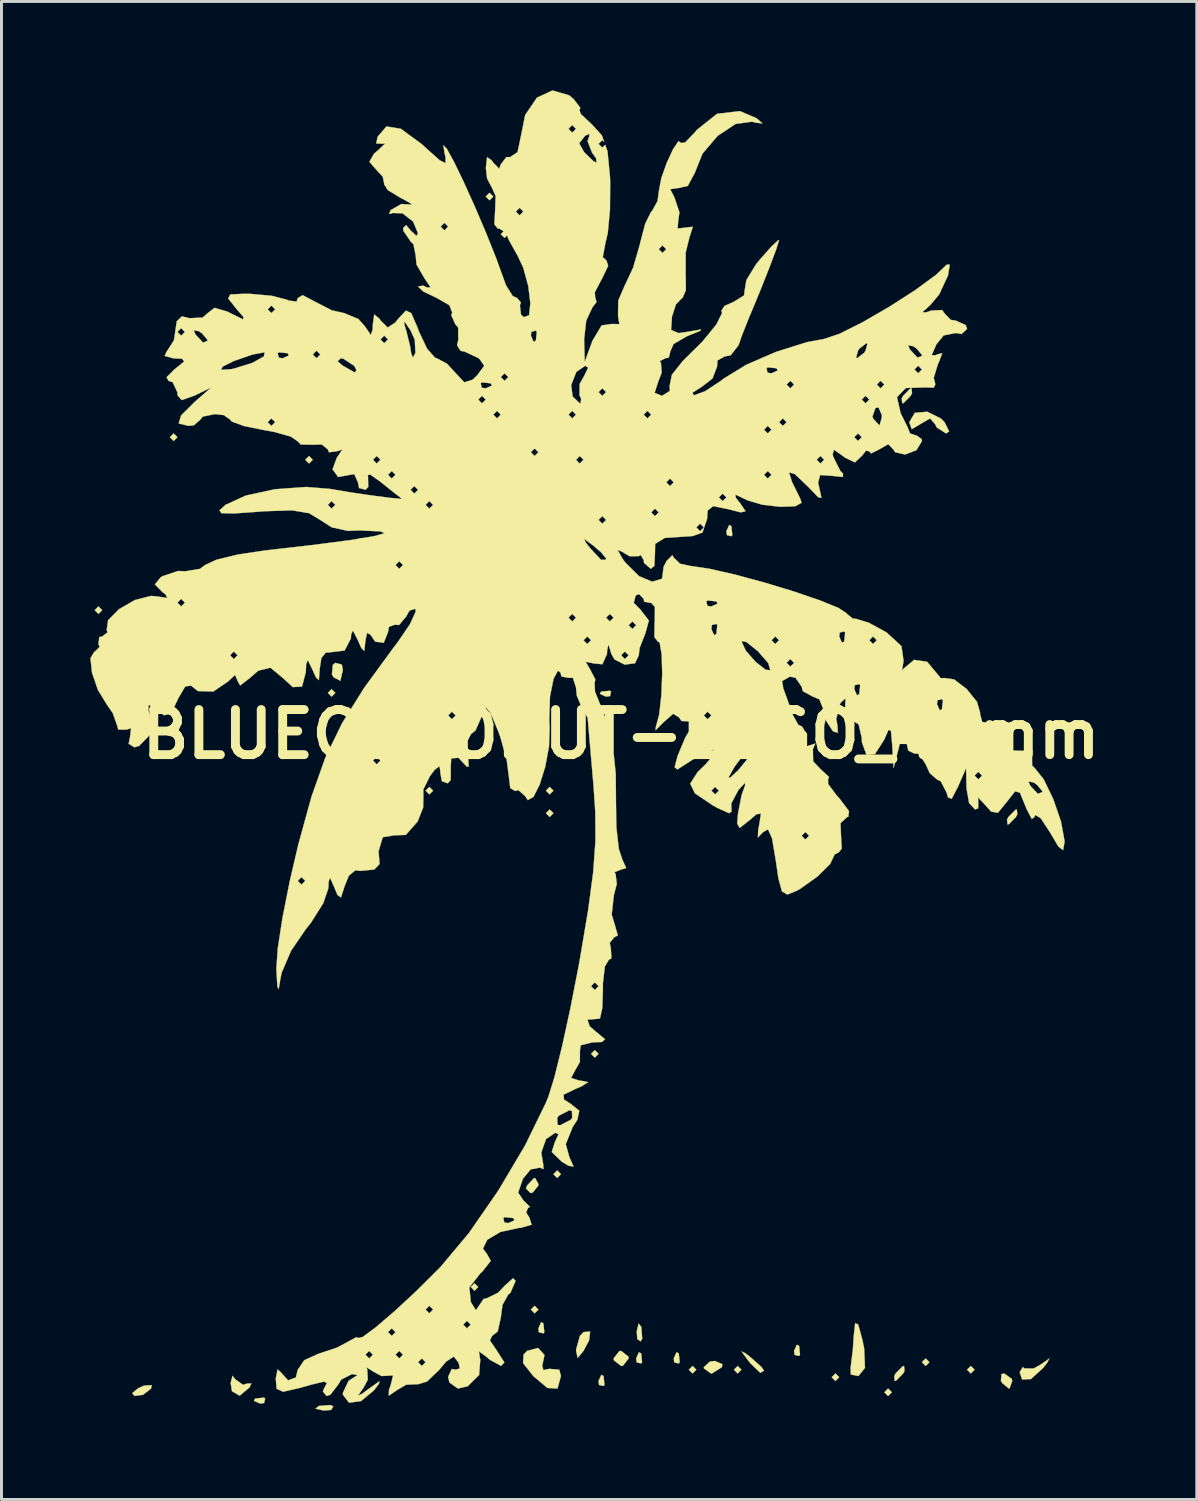
<source format=kicad_pcb>
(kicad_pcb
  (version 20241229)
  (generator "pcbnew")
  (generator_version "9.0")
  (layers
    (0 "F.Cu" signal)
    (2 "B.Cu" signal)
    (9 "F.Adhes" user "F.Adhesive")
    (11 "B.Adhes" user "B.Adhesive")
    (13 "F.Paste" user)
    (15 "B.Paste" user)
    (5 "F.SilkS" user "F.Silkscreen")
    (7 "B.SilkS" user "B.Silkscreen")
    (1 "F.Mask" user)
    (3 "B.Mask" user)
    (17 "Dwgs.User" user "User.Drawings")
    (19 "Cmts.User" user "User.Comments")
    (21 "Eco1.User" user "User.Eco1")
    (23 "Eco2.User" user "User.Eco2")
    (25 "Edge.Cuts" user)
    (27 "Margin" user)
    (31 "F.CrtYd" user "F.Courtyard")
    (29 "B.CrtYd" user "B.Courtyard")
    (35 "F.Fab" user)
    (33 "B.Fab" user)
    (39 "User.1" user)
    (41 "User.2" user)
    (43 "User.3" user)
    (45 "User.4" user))
  (footprint "BLUECOCONUT-LOGO_45mm"
    (layer "F.Cu")
    (at 17.928 21.749)
    (property "Reference" "BLUECOCONUT-LOGO_45mm" (at 0 0 0) (layer "F.SilkS") (effects (font (size 1.524 1.524) (thickness 0.3))))
    (attr through_hole)
    (fp_poly (pts (xy -17.526 -4.191) (xy -17.653 -4.064) (xy -17.78 -4.191) (xy -17.653 -4.318) (xy -17.526 -4.191)) (stroke (width 0.01) (type solid)) (fill yes) (layer "F.SilkS"))
    (fp_poly (pts (xy -14.986 -10.033) (xy -15.113 -9.906) (xy -15.24 -10.033) (xy -15.113 -10.16) (xy -14.986 -10.033)) (stroke (width 0.01) (type solid)) (fill yes) (layer "F.SilkS"))
    (fp_poly (pts (xy -10.414 -9.271) (xy -10.541 -9.144) (xy -10.668 -9.271) (xy -10.541 -9.398) (xy -10.414 -9.271)) (stroke (width 0.01) (type solid)) (fill yes) (layer "F.SilkS"))
    (fp_poly (pts (xy -9.652 -1.397) (xy -9.779 -1.27) (xy -9.906 -1.397) (xy -9.779 -1.524) (xy -9.652 -1.397)) (stroke (width 0.01) (type solid)) (fill yes) (layer "F.SilkS"))
    (fp_poly (pts (xy -6.35 1.905) (xy -6.477 2.032) (xy -6.604 1.905) (xy -6.477 1.778) (xy -6.35 1.905)) (stroke (width 0.01) (type solid)) (fill yes) (layer "F.SilkS"))
    (fp_poly (pts (xy -4.826 18.669) (xy -4.953 18.796) (xy -5.08 18.669) (xy -4.953 18.542) (xy -4.826 18.669)) (stroke (width 0.01) (type solid)) (fill yes) (layer "F.SilkS"))
    (fp_poly (pts (xy -4.318 -18.161) (xy -4.445 -18.034) (xy -4.572 -18.161) (xy -4.445 -18.288) (xy -4.318 -18.161)) (stroke (width 0.01) (type solid)) (fill yes) (layer "F.SilkS"))
    (fp_poly (pts (xy -3.81 -16.891) (xy -3.937 -16.764) (xy -4.064 -16.891) (xy -3.937 -17.018) (xy -3.81 -16.891)) (stroke (width 0.01) (type solid)) (fill yes) (layer "F.SilkS"))
    (fp_poly (pts (xy -2.794 19.431) (xy -2.921 19.558) (xy -3.048 19.431) (xy -2.921 19.304) (xy -2.794 19.431)) (stroke (width 0.01) (type solid)) (fill yes) (layer "F.SilkS"))
    (fp_poly (pts (xy -2.286 1.905) (xy -2.413 2.032) (xy -2.54 1.905) (xy -2.413 1.778) (xy -2.286 1.905)) (stroke (width 0.01) (type solid)) (fill yes) (layer "F.SilkS"))
    (fp_poly (pts (xy -2.286 2.667) (xy -2.413 2.794) (xy -2.54 2.667) (xy -2.413 2.54) (xy -2.286 2.667)) (stroke (width 0.01) (type solid)) (fill yes) (layer "F.SilkS"))
    (fp_poly (pts (xy -2.032 14.859) (xy -2.159 14.986) (xy -2.286 14.859) (xy -2.159 14.732) (xy -2.032 14.859)) (stroke (width 0.01) (type solid)) (fill yes) (layer "F.SilkS"))
    (fp_poly (pts (xy -0.762 10.795) (xy -0.889 10.922) (xy -1.016 10.795) (xy -0.889 10.668) (xy -0.762 10.795)) (stroke (width 0.01) (type solid)) (fill yes) (layer "F.SilkS"))
    (fp_poly (pts (xy 2.54 21.463) (xy 2.413 21.59) (xy 2.286 21.463) (xy 2.413 21.336) (xy 2.54 21.463)) (stroke (width 0.01) (type solid)) (fill yes) (layer "F.SilkS"))
    (fp_poly (pts (xy 4.064 21.463) (xy 3.937 21.59) (xy 3.81 21.463) (xy 3.937 21.336) (xy 4.064 21.463)) (stroke (width 0.01) (type solid)) (fill yes) (layer "F.SilkS"))
    (fp_poly (pts (xy 7.366 21.717) (xy 7.239 21.844) (xy 7.112 21.717) (xy 7.239 21.59) (xy 7.366 21.717)) (stroke (width 0.01) (type solid)) (fill yes) (layer "F.SilkS"))
    (fp_poly (pts (xy 9.144 22.225) (xy 9.017 22.352) (xy 8.89 22.225) (xy 9.017 22.098) (xy 9.144 22.225)) (stroke (width 0.01) (type solid)) (fill yes) (layer "F.SilkS"))
    (fp_poly (pts (xy 10.414 21.209) (xy 10.287 21.336) (xy 10.16 21.209) (xy 10.287 21.082) (xy 10.414 21.209)) (stroke (width 0.01) (type solid)) (fill yes) (layer "F.SilkS"))
    (fp_poly (pts (xy 11.938 21.463) (xy 11.811 21.59) (xy 11.684 21.463) (xy 11.811 21.336) (xy 11.938 21.463)) (stroke (width 0.01) (type solid)) (fill yes) (layer "F.SilkS"))
    (fp_poly (pts (xy -12.023 22.437) (xy -12.058 22.588) (xy -12.192 22.606) (xy -12.401 22.513) (xy -12.361 22.437) (xy -12.06 22.406) (xy -12.023 22.437)) (stroke (width 0.01) (type solid)) (fill yes) (layer "F.SilkS"))
    (fp_poly (pts (xy -9.721 22.707) (xy -9.797 22.822) (xy -10.054 22.84) (xy -10.325 22.778) (xy -10.208 22.686) (xy -9.811 22.656) (xy -9.721 22.707)) (stroke (width 0.01) (type solid)) (fill yes) (layer "F.SilkS"))
    (fp_poly (pts (xy -2.625 19.897) (xy -2.594 20.198) (xy -2.625 20.235) (xy -2.776 20.2) (xy -2.794 20.066) (xy -2.701 19.857) (xy -2.625 19.897)) (stroke (width 0.01) (type solid)) (fill yes) (layer "F.SilkS"))
    (fp_poly (pts (xy -0.593 21.675) (xy -0.562 21.976) (xy -0.593 22.013) (xy -0.744 21.978) (xy -0.762 21.844) (xy -0.669 21.635) (xy -0.593 21.675)) (stroke (width 0.01) (type solid)) (fill yes) (layer "F.SilkS"))
    (fp_poly (pts (xy -0.339 -1.439) (xy -0.374 -1.288) (xy -0.508 -1.27) (xy -0.717 -1.363) (xy -0.677 -1.439) (xy -0.376 -1.47) (xy -0.339 -1.439)) (stroke (width 0.01) (type solid)) (fill yes) (layer "F.SilkS"))
    (fp_poly (pts (xy 0.677 20.913) (xy 0.708 21.214) (xy 0.677 21.251) (xy 0.526 21.216) (xy 0.508 21.082) (xy 0.601 20.873) (xy 0.677 20.913)) (stroke (width 0.01) (type solid)) (fill yes) (layer "F.SilkS"))
    (fp_poly (pts (xy 0.682 20.018) (xy 0.712 20.415) (xy 0.661 20.505) (xy 0.546 20.429) (xy 0.528 20.172) (xy 0.59 19.901) (xy 0.682 20.018)) (stroke (width 0.01) (type solid)) (fill yes) (layer "F.SilkS"))
    (fp_poly (pts (xy 1.947 20.913) (xy 1.978 21.214) (xy 1.947 21.251) (xy 1.796 21.216) (xy 1.778 21.082) (xy 1.871 20.873) (xy 1.947 20.913)) (stroke (width 0.01) (type solid)) (fill yes) (layer "F.SilkS"))
    (fp_poly (pts (xy 3.725 -7.027) (xy 3.756 -6.726) (xy 3.725 -6.689) (xy 3.574 -6.724) (xy 3.556 -6.858) (xy 3.649 -7.067) (xy 3.725 -7.027)) (stroke (width 0.01) (type solid)) (fill yes) (layer "F.SilkS"))
    (fp_poly (pts (xy 6.011 20.659) (xy 6.042 20.96) (xy 6.011 20.997) (xy 5.86 20.962) (xy 5.842 20.828) (xy 5.935 20.619) (xy 6.011 20.659)) (stroke (width 0.01) (type solid)) (fill yes) (layer "F.SilkS"))
    (fp_poly (pts (xy -15.877 22.101) (xy -16.148 22.311) (xy -16.44 22.347) (xy -16.51 22.252) (xy -16.311 22.089) (xy -16.116 22.001) (xy -15.854 21.983) (xy -15.877 22.101)) (stroke (width 0.01) (type solid)) (fill yes) (layer "F.SilkS"))
    (fp_poly (pts (xy -9.435 -2.355) (xy -9.398 -2.174) (xy -9.482 -1.807) (xy -9.702 -1.917) (xy -9.768 -2.014) (xy -9.736 -2.341) (xy -9.656 -2.41) (xy -9.435 -2.355)) (stroke (width 0.01) (type solid)) (fill yes) (layer "F.SilkS"))
    (fp_poly (pts (xy -2.797 15.183) (xy -2.794 15.24) (xy -2.989 15.484) (xy -3.063 15.494) (xy -3.215 15.338) (xy -3.175 15.24) (xy -2.947 14.998) (xy -2.906 14.986) (xy -2.797 15.183)) (stroke (width 0.01) (type solid)) (fill yes) (layer "F.SilkS"))
    (fp_poly (pts (xy -1.083 20.475) (xy -1.27 20.828) (xy -1.467 21.066) (xy -1.519 20.837) (xy -1.52 20.779) (xy -1.391 20.32) (xy -1.27 20.193) (xy -1.046 20.173) (xy -1.083 20.475)) (stroke (width 0.01) (type solid)) (fill yes) (layer "F.SilkS"))
    (fp_poly (pts (xy 0.247 21.021) (xy 0.254 21.082) (xy 0.061 21.329) (xy 0 21.336) (xy -0.247 21.143) (xy -0.254 21.082) (xy -0.061 20.835) (xy 0 20.828) (xy 0.247 21.021)) (stroke (width 0.01) (type solid)) (fill yes) (layer "F.SilkS"))
    (fp_poly (pts (xy 3.42 21.277) (xy 3.403 21.378) (xy 3.068 21.588) (xy 3.033 21.59) (xy 2.799 21.42) (xy 2.794 21.378) (xy 3 21.189) (xy 3.164 21.167) (xy 3.42 21.277)) (stroke (width 0.01) (type solid)) (fill yes) (layer "F.SilkS"))
    (fp_poly (pts (xy 4.197 20.908) (xy 4.381 21.05) (xy 4.733 21.363) (xy 4.826 21.494) (xy 4.702 21.57) (xy 4.365 21.244) (xy 4.286 21.145) (xy 4.066 20.845) (xy 4.197 20.908)) (stroke (width 0.01) (type solid)) (fill yes) (layer "F.SilkS"))
    (fp_poly (pts (xy 9.572 21.5) (xy 9.525 21.59) (xy 9.286 21.833) (xy 9.241 21.844) (xy 9.224 21.68) (xy 9.271 21.59) (xy 9.51 21.347) (xy 9.555 21.336) (xy 9.572 21.5)) (stroke (width 0.01) (type solid)) (fill yes) (layer "F.SilkS"))
    (fp_poly (pts (xy 9.826 -11.52) (xy 9.779 -11.43) (xy 9.54 -11.187) (xy 9.495 -11.176) (xy 9.478 -11.34) (xy 9.525 -11.43) (xy 9.764 -11.673) (xy 9.809 -11.684) (xy 9.826 -11.52)) (stroke (width 0.01) (type solid)) (fill yes) (layer "F.SilkS"))
    (fp_poly (pts (xy 13.198 21.774) (xy 13.208 21.844) (xy 13.121 22.091) (xy 13.096 22.098) (xy 12.879 21.92) (xy 12.827 21.844) (xy 12.847 21.61) (xy 12.939 21.59) (xy 13.198 21.774)) (stroke (width 0.01) (type solid)) (fill yes) (layer "F.SilkS"))
    (fp_poly (pts (xy 13.382 2.704) (xy 13.335 2.794) (xy 13.096 3.037) (xy 13.051 3.048) (xy 13.034 2.884) (xy 13.081 2.794) (xy 13.32 2.551) (xy 13.365 2.54) (xy 13.382 2.704)) (stroke (width 0.01) (type solid)) (fill yes) (layer "F.SilkS"))
    (fp_poly (pts (xy -13.039 21.782) (xy -12.769 21.974) (xy -12.639 21.933) (xy -12.489 21.925) (xy -12.549 22.059) (xy -12.883 22.339) (xy -13.142 22.193) (xy -13.188 21.907) (xy -13.123 21.666) (xy -13.039 21.782)) (stroke (width 0.01) (type solid)) (fill yes) (layer "F.SilkS"))
    (fp_poly (pts (xy 8.007 19.934) (xy 8.152 20.466) (xy 8.208 20.742) (xy 8.236 21.401) (xy 8.015 21.676) (xy 7.757 21.625) (xy 7.753 21.382) (xy 7.827 20.783) (xy 7.855 20.341) (xy 7.905 19.89) (xy 8.007 19.934)) (stroke (width 0.01) (type solid)) (fill yes) (layer "F.SilkS"))
    (fp_poly (pts (xy 14.387 21.231) (xy 14.256 21.399) (xy 13.842 21.778) (xy 13.543 21.792) (xy 13.462 21.548) (xy 13.564 21.377) (xy 13.629 21.418) (xy 13.935 21.422) (xy 14.201 21.27) (xy 14.467 21.081) (xy 14.387 21.231)) (stroke (width 0.01) (type solid)) (fill yes) (layer "F.SilkS"))
    (fp_poly (pts (xy -2.588 20.967) (xy -2.665 21.333) (xy -2.624 21.477) (xy -2.426 21.433) (xy -2.09 21.462) (xy -2.032 21.675) (xy -2.15 22.1) (xy -2.489 22.079) (xy -2.962 21.683) (xy -3.312 21.239) (xy -3.294 20.949) (xy -3.176 20.828) (xy -2.803 20.727) (xy -2.588 20.967)) (stroke (width 0.01) (type solid)) (fill yes) (layer "F.SilkS"))
    (fp_poly (pts (xy 10.804 -10.662) (xy 10.922 -10.541) (xy 11.08 -10.228) (xy 10.974 -10.16) (xy 10.661 -10.361) (xy 10.603 -10.477) (xy 10.435 -10.667) (xy 10.117 -10.482) (xy 9.815 -10.303) (xy 9.737 -10.525) (xy 9.737 -10.545) (xy 9.919 -10.855) (xy 10.339 -10.893) (xy 10.804 -10.662)) (stroke (width 0.01) (type solid)) (fill yes) (layer "F.SilkS"))
    (fp_poly (pts (xy -1.754 -21.58) (xy -1.6 -21.448) (xy -1.377 -21.157) (xy -1.407 -21.082) (xy -1.362 -20.948) (xy -1.015 -20.624) (xy -1 -20.612) (xy -0.651 -20.228) (xy -0.571 -20.002) (xy -0.635 -20.066) (xy -0.762 -19.939) (xy -0.635 -19.812) (xy -0.538 -19.909) (xy -0.46 -19.689) (xy -0.376 -18.833) (xy -0.369 -18.644) (xy -0.376 -17.722) (xy -0.45 -16.932) (xy -0.533 -16.574) (xy -0.619 -16.115) (xy -0.496 -16.002) (xy -0.437 -15.824) (xy -0.642 -15.393) (xy -0.658 -15.367) (xy -0.889 -14.926) (xy -0.874 -14.732) (xy -0.867 -14.732) (xy -0.833 -14.593) (xy -0.965 -14.427) (xy -1.179 -13.968) (xy -1.25 -13.348) (xy -1.23 -12.573) (xy -0.969 -13.288) (xy -0.659 -13.808) (xy -0.326 -13.857) (xy -0.06 -13.852) (xy -0.104 -14.13) (xy -0.097 -14.647) (xy 0.103 -15.112) (xy 0.403 -15.753) (xy 0.587 -16.383) (xy 1.27 -16.383) (xy 1.397 -16.256) (xy 1.524 -16.383) (xy 1.397 -16.51) (xy 1.27 -16.383) (xy 0.587 -16.383) (xy 0.634 -16.547) (xy 0.645 -16.603) (xy 0.815 -17.247) (xy 1.011 -17.641) (xy 1.045 -17.671) (xy 1.23 -18.009) (xy 1.279 -18.366) (xy 1.357 -18.78) (xy 1.538 -19.291) (xy 1.753 -19.756) (xy 1.937 -20.031) (xy 2.023 -19.973) (xy 2.023 -19.968) (xy 2.161 -19.988) (xy 2.49 -20.327) (xy 2.558 -20.413) (xy 3.241 -20.955) (xy 4.013 -21.046) (xy 4.572 -20.807) (xy 4.774 -20.631) (xy 4.538 -20.657) (xy 4.421 -20.689) (xy 3.865 -20.613) (xy 3.257 -20.207) (xy 2.747 -19.608) (xy 2.491 -18.967) (xy 2.253 -18.52) (xy 1.959 -18.452) (xy 1.658 -18.409) (xy 1.798 -18.137) (xy 1.97 -17.626) (xy 1.931 -17.374) (xy 1.908 -17.08) (xy 2.162 -17.111) (xy 2.421 -17.141) (xy 2.328 -16.842) (xy 2.317 -16.822) (xy 2.18 -16.265) (xy 2.18 -15.557) (xy 2.187 -14.998) (xy 2.075 -14.735) (xy 2.057 -14.732) (xy 1.85 -14.515) (xy 1.717 -14.101) (xy 1.688 -13.655) (xy 1.94 -13.549) (xy 2.259 -13.595) (xy 2.7 -13.672) (xy 2.686 -13.631) (xy 2.221 -13.442) (xy 1.771 -13.18) (xy 1.662 -12.936) (xy 1.664 -12.932) (xy 1.611 -12.72) (xy 1.497 -12.7) (xy 1.307 -12.605) (xy 1.346 -12.54) (xy 1.371 -12.217) (xy 1.252 -11.905) (xy 1.132 -11.531) (xy 1.377 -11.43) (xy 1.38 -11.43) (xy 1.648 -11.596) (xy 1.636 -11.759) (xy 1.716 -12.144) (xy 2.086 -12.61) (xy 2.088 -12.612) (xy 2.751 -13.268) (xy 3.217 -13.839) (xy 3.409 -14.224) (xy 3.389 -14.306) (xy 3.491 -14.467) (xy 3.795 -14.6) (xy 4.153 -14.822) (xy 4.176 -15.009) (xy 4.23 -15.337) (xy 4.547 -15.858) (xy 4.681 -16.027) (xy 5.087 -16.484) (xy 5.316 -16.693) (xy 5.334 -16.688) (xy 5.245 -16.397) (xy 5.019 -15.791) (xy 4.714 -15.02) (xy 4.39 -14.236) (xy 4.33 -14.097) (xy 4.076 -13.457) (xy 3.967 -13.142) (xy 3.7 -12.798) (xy 3.5 -12.761) (xy 3.254 -12.624) (xy 3.241 -12.422) (xy 3.088 -12.017) (xy 2.733 -11.741) (xy 2.409 -11.534) (xy 2.457 -11.447) (xy 2.837 -11.585) (xy 3.18 -11.811) (xy 5.588 -11.811) (xy 5.715 -11.684) (xy 5.842 -11.811) (xy 8.636 -11.811) (xy 8.763 -11.684) (xy 8.89 -11.811) (xy 8.763 -11.938) (xy 8.636 -11.811) (xy 5.842 -11.811) (xy 5.715 -11.938) (xy 5.588 -11.811) (xy 3.18 -11.811) (xy 3.383 -11.945) (xy 3.473 -12.017) (xy 4.034 -12.361) (xy 4.911 -12.361) (xy 4.946 -12.21) (xy 5.08 -12.192) (xy 5.289 -12.285) (xy 5.271 -12.319) (xy 9.906 -12.319) (xy 10.033 -12.192) (xy 10.16 -12.319) (xy 10.033 -12.446) (xy 9.906 -12.319) (xy 5.271 -12.319) (xy 5.249 -12.361) (xy 4.948 -12.392) (xy 4.911 -12.361) (xy 4.034 -12.361) (xy 4.219 -12.475) (xy 4.775 -12.717) (xy 7.936 -12.717) (xy 7.971 -12.7) (xy 8.203 -12.879) (xy 8.255 -12.954) (xy 8.304 -13.135) (xy 9.693 -13.135) (xy 9.755 -12.993) (xy 10.01 -12.721) (xy 10.158 -12.777) (xy 10.16 -12.812) (xy 9.98 -13.027) (xy 9.867 -13.105) (xy 9.693 -13.135) (xy 8.304 -13.135) (xy 8.32 -13.191) (xy 8.285 -13.208) (xy 8.053 -13.029) (xy 8.001 -12.954) (xy 7.936 -12.717) (xy 4.775 -12.717) (xy 5.232 -12.915) (xy 6.273 -13.242) (xy 6.858 -13.351) (xy 7.375 -13.525) (xy 8.155 -13.915) (xy 9.054 -14.436) (xy 9.929 -14.998) (xy 10.636 -15.516) (xy 11.002 -15.863) (xy 11.099 -15.861) (xy 11.04 -15.494) (xy 10.746 -14.86) (xy 10.452 -14.507) (xy 10.173 -14.253) (xy 10.301 -14.25) (xy 10.477 -14.309) (xy 10.844 -14.328) (xy 10.922 -14.216) (xy 11.128 -13.998) (xy 11.303 -13.97) (xy 11.641 -13.819) (xy 11.684 -13.689) (xy 11.5 -13.518) (xy 11.307 -13.552) (xy 10.895 -13.471) (xy 10.647 -13.168) (xy 10.489 -12.804) (xy 10.621 -12.8) (xy 10.668 -12.827) (xy 10.847 -12.871) (xy 10.729 -12.56) (xy 10.702 -12.51) (xy 10.559 -12.04) (xy 10.613 -11.82) (xy 10.561 -11.705) (xy 10.287 -11.716) (xy 9.613 -11.693) (xy 9.317 -11.383) (xy 9.44 -10.843) (xy 9.676 -10.371) (xy 9.758 -10.16) (xy 9.955 -10.092) (xy 9.97 -10.097) (xy 10.152 -9.97) (xy 10.16 -9.898) (xy 9.975 -9.595) (xy 9.589 -9.447) (xy 9.255 -9.526) (xy 9.198 -9.617) (xy 9.02 -9.797) (xy 8.738 -9.632) (xy 8.444 -9.484) (xy 8.378 -9.557) (xy 8.271 -9.578) (xy 8.143 -9.414) (xy 7.896 -9.181) (xy 7.561 -9.343) (xy 7.498 -9.394) (xy 7.19 -9.608) (xy 7.145 -9.461) (xy 7.161 -9.377) (xy 7.398 -8.903) (xy 7.493 -8.804) (xy 7.491 -8.689) (xy 7.15 -8.724) (xy 6.723 -8.756) (xy 6.653 -8.502) (xy 6.69 -8.334) (xy 6.766 -7.986) (xy 6.66 -8.004) (xy 6.324 -8.351) (xy 5.863 -8.79) (xy 5.672 -8.844) (xy 5.775 -8.511) (xy 5.833 -8.399) (xy 6.043 -7.972) (xy 6.096 -7.819) (xy 5.881 -7.7) (xy 5.371 -7.682) (xy 4.765 -7.753) (xy 4.264 -7.902) (xy 4.235 -7.917) (xy 3.862 -8.095) (xy 3.874 -7.987) (xy 4.022 -7.8) (xy 4.203 -7.531) (xy 4.039 -7.494) (xy 3.624 -7.6) (xy 3.109 -7.704) (xy 2.92 -7.554) (xy 2.904 -7.271) (xy 2.746 -6.81) (xy 2.413 -6.694) (xy 1.754 -6.649) (xy 1.475 -6.631) (xy 1.15 -6.429) (xy 1.143 -6.096) (xy 1.124 -5.688) (xy 1.001 -5.588) (xy 0.775 -5.787) (xy 0.762 -5.884) (xy 0.66 -6.055) (xy 0.595 -6.014) (xy 0.291 -6.011) (xy 0.035 -6.162) (xy -0.12 -6.227) (xy 0.043 -5.936) (xy 0.139 -5.802) (xy 0.602 -5.342) (xy 1.044 -5.155) (xy 1.062 -5.156) (xy 1.38 -5.252) (xy 1.396 -5.335) (xy 1.433 -5.649) (xy 1.537 -5.854) (xy 1.732 -6.048) (xy 1.774 -5.969) (xy 1.993 -5.758) (xy 2.349 -5.683) (xy 2.982 -5.59) (xy 3.855 -5.391) (xy 4.849 -5.122) (xy 5.842 -4.82) (xy 6.715 -4.522) (xy 7.347 -4.264) (xy 7.617 -4.084) (xy 7.62 -4.071) (xy 7.823 -3.908) (xy 7.945 -3.895) (xy 8.372 -3.764) (xy 8.952 -3.448) (xy 8.968 -3.438) (xy 9.47 -2.974) (xy 9.54 -2.471) (xy 9.534 -2.443) (xy 9.485 -2.147) (xy 9.549 -2.223) (xy 9.897 -2.513) (xy 10.335 -2.448) (xy 10.576 -2.16) (xy 10.799 -1.892) (xy 10.916 -1.901) (xy 11.248 -1.852) (xy 11.67 -1.529) (xy 12.019 -1.095) (xy 12.129 -0.717) (xy 12.121 -0.689) (xy 12.197 -0.415) (xy 12.535 -0.364) (xy 12.97 -0.236) (xy 13.065 0.154) (xy 13.158 0.548) (xy 13.546 0.56) (xy 13.549 0.559) (xy 13.895 0.546) (xy 13.879 0.704) (xy 13.882 1.059) (xy 13.97 1.143) (xy 14.273 1.522) (xy 14.597 2.193) (xy 14.858 2.952) (xy 14.975 3.594) (xy 14.975 3.651) (xy 14.927 3.916) (xy 14.766 3.789) (xy 14.478 3.302) (xy 14.175 2.84) (xy 13.986 2.725) (xy 13.961 2.794) (xy 13.871 2.862) (xy 13.692 2.52) (xy 13.669 2.459) (xy 13.471 1.975) (xy 13.305 1.93) (xy 13.029 2.283) (xy 12.728 2.651) (xy 12.498 2.614) (xy 12.275 2.364) (xy 12.051 2.129) (xy 12.061 2.223) (xy 12.059 2.504) (xy 11.953 2.54) (xy 11.753 2.321) (xy 11.668 1.841) (xy 11.662 1.597) (xy 13.757 1.597) (xy 13.819 1.739) (xy 14.074 2.011) (xy 14.222 1.955) (xy 14.224 1.92) (xy 14.044 1.705) (xy 13.931 1.627) (xy 13.757 1.597) (xy 11.662 1.597) (xy 11.658 1.397) (xy 11.938 1.397) (xy 12.065 1.524) (xy 12.192 1.397) (xy 12.065 1.27) (xy 11.938 1.397) (xy 11.658 1.397) (xy 11.652 1.143) (xy 11.375 1.778) (xy 11.165 2.179) (xy 11.041 2.133) (xy 10.992 1.968) (xy 10.798 1.592) (xy 10.666 1.524) (xy 10.424 1.315) (xy 10.286 1.012) (xy 10.066 0.665) (xy 9.888 0.646) (xy 9.698 0.551) (xy 9.622 0.205) (xy 9.584 -0.122) (xy 9.502 0.002) (xy 9.398 0.381) (xy 9.204 1.143) (xy 9.158 0.381) (xy 9.113 -0.117) (xy 9.031 -0.146) (xy 8.882 0.191) (xy 8.573 0.672) (xy 8.288 0.698) (xy 8.134 0.276) (xy 8.128 0.127) (xy 8.021 -0.342) (xy 7.811 -0.445) (xy 7.58 -0.591) (xy 7.567 -0.889) (xy 7.572 -1.016) (xy 10.668 -1.016) (xy 10.761 -0.807) (xy 10.837 -0.847) (xy 10.868 -1.148) (xy 10.837 -1.185) (xy 10.686 -1.15) (xy 10.668 -1.016) (xy 7.572 -1.016) (xy 7.578 -1.212) (xy 7.425 -1.075) (xy 7.4 -1.039) (xy 7.265 -0.516) (xy 7.306 -0.299) (xy 7.319 -0.047) (xy 7.155 -0.1) (xy 6.905 -0.484) (xy 6.858 -0.777) (xy 6.695 -1.18) (xy 6.477 -1.27) (xy 6.14 -1.452) (xy 6.12 -1.524) (xy 7.874 -1.524) (xy 7.967 -1.315) (xy 8.043 -1.355) (xy 8.074 -1.656) (xy 8.043 -1.693) (xy 7.892 -1.658) (xy 7.874 -1.524) (xy 6.12 -1.524) (xy 6.096 -1.609) (xy 5.891 -1.906) (xy 5.704 -1.947) (xy 5.435 -1.796) (xy 5.479 -1.545) (xy 5.701 -0.933) (xy 5.773 -0.699) (xy 5.983 -0.322) (xy 6.118 -0.254) (xy 6.225 -0.064) (xy 6.172 0.169) (xy 6.129 0.454) (xy 6.346 0.383) (xy 6.561 0.311) (xy 6.477 0.507) (xy 6.486 0.916) (xy 6.741 1.182) (xy 7.019 1.442) (xy 6.989 1.524) (xy 6.992 1.681) (xy 7.283 2.068) (xy 7.366 2.159) (xy 7.696 2.593) (xy 7.674 2.79) (xy 7.635 2.794) (xy 7.41 3.002) (xy 7.426 3.416) (xy 7.451 3.863) (xy 7.354 3.988) (xy 7.198 4.067) (xy 7.201 4.082) (xy 7.059 4.383) (xy 6.629 4.807) (xy 6.06 5.213) (xy 5.932 5.286) (xy 5.616 5.415) (xy 5.431 5.307) (xy 5.311 4.862) (xy 5.223 4.257) (xy 5.096 3.509) (xy 5.06 3.429) (xy 6.096 3.429) (xy 6.223 3.556) (xy 6.35 3.429) (xy 6.223 3.302) (xy 6.096 3.429) (xy 5.06 3.429) (xy 4.961 3.212) (xy 4.792 3.307) (xy 4.788 3.313) (xy 4.619 3.487) (xy 4.631 3.224) (xy 4.659 3.088) (xy 4.723 2.678) (xy 4.568 2.704) (xy 4.334 2.906) (xy 4.004 3.165) (xy 3.92 3.016) (xy 3.947 2.69) (xy 4.067 2.065) (xy 4.186 1.729) (xy 4.186 1.639) (xy 3.964 1.879) (xy 3.72 2.34) (xy 3.729 2.614) (xy 3.646 2.667) (xy 3.246 2.486) (xy 3.086 2.395) (xy 2.492 1.994) (xy 2.449 1.905) (xy 3.048 1.905) (xy 3.175 2.032) (xy 3.302 1.905) (xy 3.175 1.778) (xy 3.048 1.905) (xy 2.449 1.905) (xy 2.334 1.668) (xy 2.46 1.472) (xy 3.619 1.472) (xy 3.7 1.453) (xy 3.957 1.213) (xy 4.26 0.841) (xy 4.293 0.653) (xy 4.092 0.747) (xy 3.835 1.091) (xy 3.619 1.472) (xy 2.46 1.472) (xy 2.586 1.275) (xy 2.842 1.026) (xy 3.168 0.646) (xy 3.111 0.52) (xy 2.734 0.66) (xy 2.315 0.923) (xy 1.902 1.189) (xy 1.807 1.113) (xy 1.908 0.732) (xy 2.171 0.103) (xy 2.381 -0.239) (xy 2.539 -0.49) (xy 2.371 -0.428) (xy 2.038 -0.449) (xy 1.956 -0.57) (xy 1.851 -0.635) (xy 2.794 -0.635) (xy 2.921 -0.508) (xy 3.048 -0.635) (xy 2.921 -0.762) (xy 2.794 -0.635) (xy 1.851 -0.635) (xy 1.759 -0.692) (xy 1.407 -0.381) (xy 1.162 -0.132) (xy 1.172 -0.244) (xy 1.173 -0.246) (xy 1.287 -0.668) (xy 1.359 -1.32) (xy 1.388 -2.046) (xy 1.37 -2.689) (xy 1.303 -3.092) (xy 1.235 -3.141) (xy 4.064 -3.141) (xy 4.212 -2.823) (xy 4.541 -2.445) (xy 4.88 -2.18) (xy 5.039 -2.16) (xy 4.97 -2.403) (xy 4.961 -2.413) (xy 5.588 -2.413) (xy 5.715 -2.286) (xy 5.842 -2.413) (xy 5.715 -2.54) (xy 5.588 -2.413) (xy 4.961 -2.413) (xy 4.621 -2.803) (xy 4.617 -2.807) (xy 4.233 -3.114) (xy 4.064 -3.147) (xy 4.064 -3.141) (xy 1.235 -3.141) (xy 1.226 -3.148) (xy 1.205 -3.175) (xy 5.08 -3.175) (xy 5.207 -3.048) (xy 5.334 -3.175) (xy 5.207 -3.302) (xy 7.366 -3.302) (xy 7.459 -3.093) (xy 7.535 -3.133) (xy 7.54 -3.175) (xy 8.382 -3.175) (xy 8.509 -3.048) (xy 8.636 -3.175) (xy 8.509 -3.302) (xy 8.382 -3.175) (xy 7.54 -3.175) (xy 7.566 -3.434) (xy 7.535 -3.471) (xy 7.384 -3.436) (xy 7.366 -3.302) (xy 5.207 -3.302) (xy 5.08 -3.175) (xy 1.205 -3.175) (xy 1.124 -3.28) (xy 1.128 -3.556) (xy 3.048 -3.556) (xy 3.141 -3.347) (xy 3.217 -3.387) (xy 3.248 -3.688) (xy 3.217 -3.725) (xy 3.066 -3.69) (xy 3.048 -3.556) (xy 1.128 -3.556) (xy 1.13 -3.759) (xy 1.136 -3.806) (xy 1.14 -4.302) (xy 1.012 -4.441) (xy 0.998 -4.434) (xy 0.778 -4.478) (xy 0.777 -4.487) (xy 2.879 -4.487) (xy 2.914 -4.336) (xy 3.048 -4.318) (xy 3.257 -4.411) (xy 3.217 -4.487) (xy 2.916 -4.518) (xy 2.879 -4.487) (xy 0.777 -4.487) (xy 0.762 -4.572) (xy 0.605 -4.733) (xy 0.493 -4.69) (xy 0.427 -4.437) (xy 0.652 -4.21) (xy 0.938 -3.841) (xy 0.819 -3.409) (xy 0.623 -2.907) (xy 0.597 -2.67) (xy 0.47 -2.397) (xy 0.122 -2.352) (xy -0.222 -2.526) (xy -0.302 -2.667) (xy 0 -2.667) (xy 0.127 -2.54) (xy 0.254 -2.667) (xy 0.127 -2.794) (xy 0 -2.667) (xy -0.302 -2.667) (xy -0.33 -2.716) (xy -0.428 -3.034) (xy -0.469 -2.852) (xy -0.479 -2.703) (xy -0.633 -2.364) (xy -0.925 -2.392) (xy -1.198 -2.449) (xy -1.062 -2.214) (xy -1.054 -2.205) (xy -0.871 -1.85) (xy -0.896 -1.729) (xy -0.882 -1.439) (xy -0.671 -0.917) (xy -0.66 -0.895) (xy -0.44 -0.291) (xy -0.428 0.159) (xy -0.431 0.467) (xy -0.345 0.508) (xy -0.242 0.74) (xy -0.181 1.348) (xy -0.174 2.201) (xy -0.175 2.215) (xy -0.161 3.134) (xy -0.079 3.869) (xy 0.047 4.247) (xy 0.172 4.519) (xy -0.011 4.572) (xy -0.219 4.659) (xy -0.186 4.725) (xy -0.146 5.053) (xy -0.245 5.437) (xy -0.318 6.088) (xy -0.216 6.427) (xy -0.111 6.794) (xy -0.233 6.858) (xy -0.384 7.044) (xy -0.346 7.239) (xy -0.327 7.567) (xy -0.417 7.62) (xy -0.55 7.845) (xy -0.615 8.406) (xy -0.615 8.621) (xy -0.636 9.248) (xy -0.711 9.587) (xy -0.742 9.607) (xy -1.137 9.64) (xy -1.062 9.864) (xy -0.874 10.025) (xy -0.542 10.303) (xy -0.648 10.394) (xy -0.967 10.406) (xy -1.365 10.503) (xy -1.39 10.679) (xy -1.393 11.071) (xy -1.533 11.314) (xy -1.69 11.609) (xy -1.403 11.699) (xy -1.365 11.7) (xy -1.117 11.748) (xy -1.322 11.886) (xy -1.524 11.971) (xy -1.945 12.174) (xy -1.928 12.339) (xy -1.711 12.477) (xy -1.413 12.715) (xy -1.479 13.024) (xy -1.635 13.262) (xy -1.869 13.845) (xy -1.751 14.275) (xy -1.607 14.602) (xy -1.777 14.573) (xy -2.004 14.437) (xy -2.343 14.11) (xy -2.242 13.79) (xy -2.114 13.506) (xy -2.228 13.462) (xy -2.534 13.671) (xy -2.697 14.124) (xy -2.629 14.54) (xy -2.623 14.69) (xy -2.742 14.637) (xy -3.055 14.696) (xy -3.315 15.011) (xy -3.478 15.481) (xy -3.287 15.762) (xy -3.265 15.776) (xy -3.078 15.963) (xy -3.143 15.998) (xy -3.206 16.152) (xy -3.101 16.32) (xy -3.022 16.566) (xy -3.381 16.669) (xy -3.456 16.674) (xy -4.077 16.81) (xy -4.52 17.074) (xy -4.667 17.372) (xy -4.534 17.549) (xy -4.402 17.787) (xy -4.689 18.15) (xy -4.754 18.207) (xy -5.126 18.685) (xy -5.076 19.177) (xy -4.906 19.452) (xy -4.844 19.367) (xy -4.644 19.072) (xy -4.537 19.05) (xy -4.164 18.867) (xy -3.91 18.605) (xy -3.649 18.373) (xy -3.564 18.464) (xy -3.74 18.868) (xy -3.81 18.923) (xy -4.007 19.273) (xy -4.064 19.7) (xy -4.167 20.17) (xy -4.357 20.32) (xy -4.432 20.472) (xy -4.191 20.828) (xy -3.943 21.217) (xy -4.056 21.333) (xy -4.433 21.127) (xy -4.559 21.018) (xy -4.802 20.842) (xy -4.769 21.077) (xy -4.756 21.115) (xy -4.797 21.641) (xy -5.184 22.023) (xy -5.512 22.098) (xy -5.801 21.893) (xy -5.842 21.702) (xy -5.72 21.438) (xy -5.591 21.461) (xy -5.447 21.42) (xy -5.491 21.222) (xy -5.651 21.019) (xy -5.911 21.189) (xy -6.143 21.466) (xy -6.556 21.862) (xy -6.875 21.959) (xy -6.889 21.952) (xy -7.259 21.969) (xy -7.552 22.14) (xy -7.847 22.34) (xy -7.84 22.144) (xy -7.781 21.979) (xy -7.702 21.658) (xy -7.774 21.659) (xy -8.093 21.676) (xy -8.359 21.533) (xy -8.604 21.377) (xy -8.575 21.448) (xy -8.555 21.801) (xy -8.702 22.075) (xy -8.889 22.337) (xy -8.752 22.277) (xy -8.509 22.098) (xy -8.164 21.853) (xy -8.178 21.936) (xy -8.35 22.162) (xy -8.786 22.523) (xy -9.189 22.577) (xy -9.394 22.311) (xy -9.398 22.246) (xy -9.206 21.838) (xy -9.081 21.758) (xy -8.9 21.643) (xy -9.088 21.61) (xy -9.453 21.795) (xy -9.56 21.971) (xy -9.818 22.307) (xy -9.948 22.352) (xy -10.074 22.195) (xy -10.033 22.098) (xy -9.935 21.909) (xy -10.041 21.866) (xy -10.462 21.967) (xy -10.86 22.08) (xy -11.416 22.207) (xy -11.636 22.106) (xy -11.664 21.763) (xy -11.604 21.454) (xy -11.516 21.526) (xy -11.247 21.823) (xy -10.986 21.726) (xy -10.922 21.468) (xy -10.748 21.209) (xy -6.858 21.209) (xy -6.731 21.336) (xy -6.604 21.209) (xy -6.731 21.082) (xy -6.858 21.209) (xy -10.748 21.209) (xy -10.704 21.143) (xy -10.29 20.955) (xy -8.636 20.955) (xy -8.509 21.082) (xy -8.382 20.955) (xy -7.62 20.955) (xy -7.493 21.082) (xy -7.366 20.955) (xy -7.493 20.828) (xy -7.62 20.955) (xy -8.382 20.955) (xy -8.509 20.828) (xy -8.636 20.955) (xy -10.29 20.955) (xy -10.223 20.925) (xy -9.59 20.714) (xy -9.207 20.508) (xy -8.934 20.359) (xy -8.89 20.393) (xy -8.725 20.355) (xy -8.506 20.193) (xy -7.874 20.193) (xy -7.747 20.32) (xy -7.62 20.193) (xy -7.747 20.066) (xy -7.874 20.193) (xy -8.506 20.193) (xy -8.286 20.03) (xy -8.18 19.939) (xy -5.334 19.939) (xy -5.207 20.066) (xy -5.08 19.939) (xy -5.207 19.812) (xy -5.334 19.939) (xy -8.18 19.939) (xy -7.658 19.491) (xy -7.592 19.431) (xy -6.604 19.431) (xy -6.477 19.558) (xy -6.35 19.431) (xy -6.477 19.304) (xy -6.604 19.431) (xy -7.592 19.431) (xy -6.925 18.813) (xy -6.174 18.066) (xy -6.089 17.979) (xy -5.137 16.841) (xy -4.791 16.341) (xy -3.979 16.341) (xy -3.944 16.492) (xy -3.81 16.51) (xy -3.601 16.417) (xy -3.641 16.341) (xy -3.942 16.31) (xy -3.979 16.341) (xy -4.791 16.341) (xy -4.148 15.412) (xy -3.242 13.884) (xy -2.788 12.954) (xy -2.159 12.954) (xy -2.147 13.188) (xy -2.062 13.208) (xy -1.703 13.023) (xy -1.651 12.954) (xy -1.663 12.72) (xy -1.748 12.7) (xy -2.107 12.885) (xy -2.159 12.954) (xy -2.788 12.954) (xy -2.541 12.448) (xy -2.456 12.241) (xy -2.253 11.587) (xy -1.998 10.56) (xy -1.72 9.288) (xy -1.568 8.509) (xy -1.016 8.509) (xy -0.889 8.636) (xy -0.762 8.509) (xy -0.889 8.382) (xy -1.016 8.509) (xy -1.568 8.509) (xy -1.448 7.899) (xy -1.384 7.542) (xy -1.112 5.928) (xy -0.944 4.667) (xy -0.868 3.618) (xy -0.872 2.638) (xy -0.929 1.778) (xy -1.015 0.777) (xy -1.084 -0.021) (xy -1.124 -0.488) (xy -1.129 -0.55) (xy -1.297 -0.871) (xy -1.334 -0.91) (xy -1.496 -1.303) (xy -1.524 -1.581) (xy -1.629 -1.905) (xy -1.778 -1.905) (xy -2.015 -1.95) (xy -2.048 -2.081) (xy -2.133 -2.147) (xy -2.283 -1.87) (xy -2.402 -1.276) (xy -2.427 -0.465) (xy -2.414 -0.232) (xy -2.435 0.408) (xy -2.561 1.092) (xy -2.751 1.702) (xy -2.962 2.119) (xy -3.153 2.224) (xy -3.238 2.094) (xy -3.469 1.887) (xy -3.576 1.917) (xy -3.744 1.82) (xy -3.786 1.474) (xy -3.864 0.866) (xy -4.084 0.08) (xy -4.161 -0.127) (xy -4.413 -0.728) (xy -4.565 -0.901) (xy -4.682 -0.697) (xy -4.721 -0.572) (xy -4.918 -0.128) (xy -5.074 0) (xy -5.182 0.216) (xy -5.171 0.699) (xy -5.148 1.095) (xy -5.223 1.088) (xy -5.227 1.079) (xy -5.493 0.795) (xy -5.738 0.817) (xy -5.757 1.124) (xy -5.753 1.135) (xy -5.756 1.544) (xy -5.853 1.658) (xy -6.054 1.586) (xy -6.096 1.363) (xy -6.129 1.078) (xy -6.295 1.198) (xy -6.454 1.409) (xy -6.682 1.869) (xy -6.679 2.117) (xy -6.687 2.478) (xy -6.873 2.948) (xy -7.271 3.399) (xy -7.665 3.415) (xy -8.051 3.477) (xy -8.193 3.954) (xy -8.158 4.381) (xy -8.336 4.569) (xy -8.811 4.615) (xy -8.975 4.595) (xy -9.195 4.776) (xy -9.336 5.123) (xy -9.462 5.512) (xy -9.579 5.429) (xy -9.677 5.193) (xy -9.829 4.845) (xy -9.878 4.976) (xy -9.889 5.207) (xy -10.059 5.705) (xy -10.465 6.351) (xy -10.656 6.592) (xy -11.148 7.314) (xy -11.464 8.05) (xy -11.504 8.243) (xy -11.567 8.611) (xy -11.61 8.516) (xy -11.643 7.936) (xy -11.643 7.917) (xy -11.597 7.238) (xy -11.439 6.21) (xy -11.195 4.977) (xy -11.19 4.953) (xy -10.922 4.953) (xy -10.795 5.08) (xy -10.668 4.953) (xy -10.795 4.826) (xy -10.922 4.953) (xy -11.19 4.953) (xy -10.903 3.726) (xy -10.46 2.115) (xy -10.025 0.889) (xy -8.382 0.889) (xy -8.255 1.016) (xy -8.128 0.889) (xy -8.255 0.762) (xy -8.382 0.889) (xy -10.025 0.889) (xy -9.995 0.805) (xy -9.428 -0.367) (xy -9.261 -0.635) (xy -5.842 -0.635) (xy -5.715 -0.508) (xy -5.588 -0.635) (xy -5.715 -0.762) (xy -5.842 -0.635) (xy -9.261 -0.635) (xy -8.68 -1.564) (xy -7.67 -2.948) (xy -7.536 -3.123) (xy -7.501 -3.175) (xy -1.27 -3.175) (xy -1.143 -3.048) (xy -1.016 -3.175) (xy -1.143 -3.302) (xy -1.27 -3.175) (xy -7.501 -3.175) (xy -7.155 -3.683) (xy 0.254 -3.683) (xy 0.381 -3.556) (xy 0.508 -3.683) (xy 0.381 -3.81) (xy 0.254 -3.683) (xy -7.155 -3.683) (xy -7.134 -3.713) (xy -7.031 -3.937) (xy -1.778 -3.937) (xy -1.651 -3.81) (xy -1.524 -3.937) (xy -0.508 -3.937) (xy -0.381 -3.81) (xy -0.254 -3.937) (xy -0.381 -4.064) (xy -0.508 -3.937) (xy -1.524 -3.937) (xy -1.651 -4.064) (xy -1.778 -3.937) (xy -7.031 -3.937) (xy -6.94 -4.134) (xy -6.948 -4.239) (xy -7.148 -4.177) (xy -7.26 -3.975) (xy -7.499 -3.69) (xy -7.647 -3.699) (xy -7.842 -3.626) (xy -7.874 -3.444) (xy -8.017 -3.091) (xy -8.306 -3.127) (xy -8.468 -3.365) (xy -8.582 -3.423) (xy -8.634 -3.175) (xy -8.676 -2.812) (xy -8.776 -2.916) (xy -8.89 -3.175) (xy -9.058 -3.503) (xy -9.119 -3.37) (xy -9.126 -3.239) (xy -9.338 -2.827) (xy -9.921 -2.757) (xy -9.97 -2.764) (xy -10.124 -2.574) (xy -10.178 -2.223) (xy -10.208 -1.827) (xy -10.307 -1.919) (xy -10.414 -2.159) (xy -10.581 -2.502) (xy -10.638 -2.368) (xy -10.65 -2.095) (xy -10.777 -1.611) (xy -11.088 -1.592) (xy -11.43 -1.905) (xy -11.843 -2.247) (xy -12.255 -2.148) (xy -12.555 -1.887) (xy -12.866 -1.648) (xy -12.962 -1.814) (xy -12.962 -1.823) (xy -13.039 -2.004) (xy -13.28 -1.778) (xy -13.773 -1.444) (xy -14.294 -1.458) (xy -14.527 -1.642) (xy -14.723 -1.613) (xy -14.96 -1.21) (xy -14.976 -1.17) (xy -15.203 -0.697) (xy -15.438 -0.641) (xy -15.662 -0.796) (xy -15.958 -0.998) (xy -15.966 -0.797) (xy -15.917 -0.633) (xy -15.903 0.008) (xy -16.28 0.395) (xy -16.437 0.441) (xy -16.632 0.322) (xy -16.585 0.082) (xy -16.551 -0.202) (xy -16.721 -0.154) (xy -16.984 -0.157) (xy -17.018 -0.283) (xy -17.172 -0.72) (xy -17.365 -0.996) (xy -17.672 -1.498) (xy -17.871 -2.08) (xy -17.923 -2.57) (xy -17.864 -2.667) (xy -13.208 -2.667) (xy -13.081 -2.54) (xy -12.954 -2.667) (xy -13.081 -2.794) (xy -13.208 -2.667) (xy -17.864 -2.667) (xy -17.787 -2.793) (xy -17.77 -2.794) (xy -17.614 -2.949) (xy -17.653 -3.048) (xy -17.624 -3.282) (xy -17.526 -3.302) (xy -17.347 -3.44) (xy -17.375 -3.518) (xy -17.329 -3.849) (xy -16.957 -4.225) (xy -16.575 -4.445) (xy -14.986 -4.445) (xy -14.859 -4.318) (xy -14.732 -4.445) (xy -14.859 -4.572) (xy -14.986 -4.445) (xy -16.575 -4.445) (xy -16.418 -4.535) (xy -15.872 -4.673) (xy -15.704 -4.658) (xy -15.325 -4.602) (xy -15.389 -4.724) (xy -15.494 -4.804) (xy -15.747 -5.063) (xy -15.555 -5.295) (xy -15.494 -5.337) (xy -14.96 -5.515) (xy -14.725 -5.503) (xy -14.223 -5.587) (xy -14.052 -5.715) (xy -14.051 -5.715) (xy -7.62 -5.715) (xy -7.493 -5.588) (xy -7.366 -5.715) (xy -7.493 -5.842) (xy -7.62 -5.715) (xy -14.051 -5.715) (xy -13.669 -5.894) (xy -12.938 -6.071) (xy -12.028 -6.207) (xy -10.382 -6.396) (xy -9.143 -6.558) (xy -8.878 -6.602) (xy -1.253 -6.602) (xy -1.19 -6.471) (xy -1.048 -6.287) (xy -0.678 -5.892) (xy -0.512 -5.893) (xy -0.508 -5.938) (xy -0.682 -6.15) (xy -0.953 -6.382) (xy -1.253 -6.602) (xy -8.878 -6.602) (xy -8.338 -6.691) (xy -7.989 -6.79) (xy -8.122 -6.851) (xy -8.128 -6.851) (xy -8.822 -6.884) (xy -9.229 -6.868) (xy -9.752 -6.985) (xy 2.54 -6.985) (xy 2.667 -6.858) (xy 2.794 -6.985) (xy 2.667 -7.112) (xy 2.54 -6.985) (xy -9.752 -6.985) (xy -9.776 -6.99) (xy -10.156 -7.235) (xy -10.162 -7.239) (xy -0.762 -7.239) (xy -0.635 -7.112) (xy -0.508 -7.239) (xy -0.635 -7.366) (xy -0.762 -7.239) (xy -10.162 -7.239) (xy -10.545 -7.469) (xy -10.694 -7.493) (xy 1.016 -7.493) (xy 1.143 -7.366) (xy 1.27 -7.493) (xy 1.143 -7.62) (xy 1.016 -7.493) (xy -10.694 -7.493) (xy -11.12 -7.562) (xy -12.026 -7.533) (xy -12.229 -7.517) (xy -13.081 -7.457) (xy -13.501 -7.467) (xy -13.565 -7.563) (xy -13.364 -7.745) (xy -13.361 -7.747) (xy -9.906 -7.747) (xy -9.779 -7.62) (xy -9.652 -7.747) (xy -6.604 -7.747) (xy -6.477 -7.62) (xy -6.35 -7.747) (xy -6.477 -7.874) (xy -6.604 -7.747) (xy -9.652 -7.747) (xy -9.779 -7.874) (xy -9.906 -7.747) (xy -13.361 -7.747) (xy -12.675 -8.062) (xy -11.694 -8.275) (xy -10.634 -8.352) (xy -9.843 -8.288) (xy -9.147 -8.171) (xy -8.412 -8.063) (xy -7.792 -7.983) (xy -7.437 -7.952) (xy -7.411 -7.964) (xy -7.461 -8.001) (xy 3.302 -8.001) (xy 3.429 -7.874) (xy 3.556 -8.001) (xy 3.429 -8.128) (xy 3.302 -8.001) (xy -7.461 -8.001) (xy -7.644 -8.138) (xy -7.789 -8.255) (xy -7.112 -8.255) (xy -6.985 -8.128) (xy -6.858 -8.255) (xy -6.985 -8.382) (xy -7.112 -8.255) (xy -7.789 -8.255) (xy -8.093 -8.499) (xy -8.105 -8.509) (xy 1.524 -8.509) (xy 1.651 -8.382) (xy 1.778 -8.509) (xy 1.651 -8.636) (xy 1.524 -8.509) (xy -8.105 -8.509) (xy -8.108 -8.512) (xy -8.461 -8.763) (xy -7.874 -8.763) (xy -7.747 -8.636) (xy -7.62 -8.763) (xy 4.826 -8.763) (xy 4.953 -8.636) (xy 5.08 -8.763) (xy 4.953 -8.89) (xy 4.826 -8.763) (xy -7.62 -8.763) (xy -7.747 -8.89) (xy -7.874 -8.763) (xy -8.461 -8.763) (xy -8.474 -8.772) (xy -8.564 -8.748) (xy -8.549 -8.717) (xy -8.541 -8.351) (xy -8.632 -8.258) (xy -8.85 -8.316) (xy -8.89 -8.509) (xy -9.009 -8.783) (xy -9.144 -8.763) (xy -9.556 -8.689) (xy -9.746 -8.947) (xy -9.627 -9.271) (xy -8.382 -9.271) (xy -8.255 -9.144) (xy -8.128 -9.271) (xy -1.524 -9.271) (xy -1.397 -9.144) (xy -1.27 -9.271) (xy 6.604 -9.271) (xy 6.731 -9.144) (xy 6.858 -9.271) (xy 6.731 -9.398) (xy 6.604 -9.271) (xy -1.27 -9.271) (xy -1.397 -9.398) (xy -1.524 -9.271) (xy -8.128 -9.271) (xy -8.255 -9.398) (xy -8.382 -9.271) (xy -9.627 -9.271) (xy -9.601 -9.342) (xy -9.476 -9.525) (xy -3.048 -9.525) (xy -2.921 -9.398) (xy -2.794 -9.525) (xy -2.921 -9.652) (xy -3.048 -9.525) (xy -9.476 -9.525) (xy -9.413 -9.617) (xy -9.577 -9.566) (xy -9.588 -9.559) (xy -9.867 -9.524) (xy -9.906 -9.622) (xy -10.112 -9.787) (xy -10.414 -9.779) (xy -10.822 -9.786) (xy -10.922 -9.892) (xy -11.123 -10.033) (xy 7.874 -10.033) (xy 8.001 -9.906) (xy 8.128 -10.033) (xy 8.001 -10.16) (xy 7.874 -10.033) (xy -11.123 -10.033) (xy -11.148 -10.051) (xy -11.72 -10.212) (xy -12.065 -10.274) (xy -12.13 -10.287) (xy 4.826 -10.287) (xy 4.953 -10.16) (xy 5.08 -10.287) (xy 4.953 -10.414) (xy 4.826 -10.287) (xy -12.13 -10.287) (xy -12.745 -10.412) (xy -13.089 -10.541) (xy -11.938 -10.541) (xy -11.811 -10.414) (xy -11.684 -10.541) (xy 5.334 -10.541) (xy 5.461 -10.414) (xy 5.588 -10.541) (xy 5.461 -10.668) (xy 5.334 -10.541) (xy -11.684 -10.541) (xy -11.811 -10.668) (xy -11.938 -10.541) (xy -13.089 -10.541) (xy -13.154 -10.566) (xy -13.208 -10.629) (xy -13.421 -10.779) (xy -13.56 -10.795) (xy -4.318 -10.795) (xy -4.191 -10.668) (xy -4.064 -10.795) (xy -1.778 -10.795) (xy -1.651 -10.668) (xy -1.524 -10.795) (xy 0.762 -10.795) (xy 0.889 -10.668) (xy 0.947 -10.726) (xy 8.486 -10.726) (xy 8.52 -10.65) (xy 8.728 -10.429) (xy 8.804 -10.69) (xy 8.805 -10.784) (xy 8.693 -11.039) (xy 8.59 -11.02) (xy 8.486 -10.726) (xy 0.947 -10.726) (xy 1.016 -10.795) (xy 0.889 -10.922) (xy 0.762 -10.795) (xy -1.524 -10.795) (xy -1.651 -10.922) (xy -1.778 -10.795) (xy -4.064 -10.795) (xy -4.191 -10.922) (xy -4.318 -10.795) (xy -13.56 -10.795) (xy -13.716 -10.813) (xy -14.129 -10.729) (xy -14.224 -10.614) (xy -14.43 -10.436) (xy -14.605 -10.414) (xy -14.943 -10.497) (xy -14.861 -10.769) (xy -14.415 -11.213) (xy -14.312 -11.303) (xy -4.826 -11.303) (xy -4.699 -11.176) (xy -4.572 -11.303) (xy -4.699 -11.43) (xy -4.826 -11.303) (xy -14.312 -11.303) (xy -13.843 -11.713) (xy -14.415 -11.435) (xy -14.842 -11.285) (xy -14.981 -11.448) (xy -14.986 -11.548) (xy -15.128 -11.853) (xy -4.741 -11.853) (xy -4.706 -11.702) (xy -4.572 -11.684) (xy -4.363 -11.777) (xy -4.371 -11.793) (xy -1.687 -11.793) (xy -1.637 -11.407) (xy -1.401 -11.182) (xy -1.367 -11.176) (xy -1.355 -11.303) (xy 8.128 -11.303) (xy 8.255 -11.176) (xy 8.382 -11.303) (xy 8.255 -11.43) (xy 8.128 -11.303) (xy -1.355 -11.303) (xy -1.352 -11.341) (xy -1.404 -11.441) (xy -1.403 -11.557) (xy -0.762 -11.557) (xy -0.635 -11.43) (xy -0.508 -11.557) (xy -0.635 -11.684) (xy -0.762 -11.557) (xy -1.403 -11.557) (xy -1.401 -11.833) (xy -1.261 -12.076) (xy -1.112 -12.381) (xy -1.212 -12.446) (xy -1.513 -12.237) (xy -1.687 -11.793) (xy -4.371 -11.793) (xy -4.403 -11.853) (xy -4.704 -11.884) (xy -4.741 -11.853) (xy -15.128 -11.853) (xy -15.145 -11.891) (xy -15.289 -11.938) (xy -15.351 -12.059) (xy -15.102 -12.307) (xy -13.513 -12.307) (xy -13.176 -12.329) (xy -13.081 -12.348) (xy -12.453 -12.543) (xy -12.358 -12.597) (xy -9.577 -12.597) (xy -9.398 -12.446) (xy -8.993 -12.218) (xy -8.939 -12.304) (xy -9.017 -12.446) (xy -9.388 -12.687) (xy -9.476 -12.696) (xy -9.577 -12.597) (xy -12.358 -12.597) (xy -12.065 -12.761) (xy -12.045 -12.869) (xy -11.599 -12.869) (xy -11.564 -12.718) (xy -11.43 -12.7) (xy -11.221 -12.793) (xy -11.239 -12.827) (xy -10.414 -12.827) (xy -10.287 -12.7) (xy -10.16 -12.827) (xy -10.287 -12.954) (xy -10.414 -12.827) (xy -11.239 -12.827) (xy -11.261 -12.869) (xy -11.562 -12.9) (xy -11.599 -12.869) (xy -12.045 -12.869) (xy -12.039 -12.901) (xy -12.446 -12.825) (xy -13.08 -12.606) (xy -13.459 -12.416) (xy -13.513 -12.307) (xy -15.102 -12.307) (xy -15.098 -12.311) (xy -14.757 -12.591) (xy -14.828 -12.682) (xy -15.113 -12.696) (xy -15.415 -12.777) (xy -15.367 -12.894) (xy -15.105 -13.302) (xy -15.088 -13.399) (xy -15.06 -13.589) (xy -14.986 -13.589) (xy -14.859 -13.462) (xy -14.732 -13.589) (xy -14.786 -13.643) (xy -14.437 -13.643) (xy -14.375 -13.501) (xy -14.12 -13.229) (xy -13.972 -13.285) (xy -13.97 -13.32) (xy -13.983 -13.335) (xy -8.128 -13.335) (xy -8.001 -13.208) (xy -7.874 -13.335) (xy -8.001 -13.462) (xy -8.128 -13.335) (xy -13.983 -13.335) (xy -14.15 -13.535) (xy -14.263 -13.613) (xy -14.437 -13.643) (xy -14.786 -13.643) (xy -14.859 -13.716) (xy -14.986 -13.589) (xy -15.06 -13.589) (xy -15.008 -13.951) (xy -14.832 -14.114) (xy -14.579 -14.052) (xy -14.133 -14.074) (xy -13.977 -14.213) (xy -13.731 -14.402) (xy -13.301 -14.276) (xy -13.177 -14.213) (xy -12.764 -14.01) (xy -12.757 -14.094) (xy -12.977 -14.351) (xy -11.938 -14.351) (xy -11.811 -14.224) (xy -11.684 -14.351) (xy -11.811 -14.478) (xy -11.938 -14.351) (xy -12.977 -14.351) (xy -13.015 -14.395) (xy -13.271 -14.719) (xy -13.201 -14.855) (xy -12.726 -14.877) (xy -12.507 -14.873) (xy -11.795 -14.808) (xy -11.285 -14.675) (xy -11.239 -14.65) (xy -10.962 -14.612) (xy -10.922 -14.731) (xy -10.755 -14.829) (xy -10.357 -14.619) (xy -9.771 -14.318) (xy -9.354 -14.224) (xy -8.872 -14.024) (xy -8.656 -13.78) (xy -8.454 -13.486) (xy -8.392 -13.665) (xy -8.386 -13.843) (xy -8.338 -14.178) (xy -8.17 -14.044) (xy -8.119 -13.97) (xy -7.882 -13.736) (xy -7.625 -13.908) (xy -7.588 -13.955) (xy -7.326 -13.955) (xy -7.319 -13.832) (xy -7.258 -13.632) (xy -7.122 -13.083) (xy -7.092 -12.87) (xy -7.031 -12.721) (xy -6.947 -12.881) (xy -6.969 -13.327) (xy -7.113 -13.643) (xy -7.326 -13.955) (xy -7.588 -13.955) (xy -7.511 -14.051) (xy -7.267 -14.309) (xy -7.089 -14.225) (xy -6.876 -13.735) (xy -6.83 -13.606) (xy -6.553 -13.021) (xy -6.281 -12.714) (xy -6.228 -12.7) (xy -5.879 -12.514) (xy -5.604 -12.214) (xy -5.297 -11.887) (xy -5.017 -11.974) (xy -4.92 -12.065) (xy -4.064 -12.065) (xy -3.937 -11.938) (xy -3.81 -12.065) (xy -3.937 -12.192) (xy -4.064 -12.065) (xy -4.92 -12.065) (xy -4.872 -12.11) (xy -4.625 -12.443) (xy -4.78 -12.674) (xy -4.848 -12.719) (xy -5.285 -12.923) (xy -5.425 -12.95) (xy -5.541 -13.14) (xy -5.499 -13.327) (xy -5.501 -13.462) (xy -3.048 -13.462) (xy -2.955 -13.253) (xy -2.879 -13.293) (xy -2.848 -13.594) (xy -2.879 -13.631) (xy -3.03 -13.596) (xy -3.048 -13.462) (xy -5.501 -13.462) (xy -5.504 -13.737) (xy -5.603 -13.852) (xy -5.738 -14.158) (xy -5.704 -14.242) (xy -5.8 -14.49) (xy -6.208 -14.726) (xy -6.684 -14.955) (xy -6.858 -15.122) (xy -6.687 -15.153) (xy -6.54 -15.084) (xy -6.438 -15.101) (xy -6.634 -15.387) (xy -6.911 -15.866) (xy -6.938 -16.169) (xy -7.014 -16.554) (xy -7.099 -16.629) (xy -7.351 -16.999) (xy -7.362 -17.096) (xy -7.263 -17.197) (xy -7.112 -17.018) (xy -6.91 -16.828) (xy -6.862 -16.923) (xy -6.954 -17.145) (xy -6.096 -17.145) (xy -5.969 -17.018) (xy -5.842 -17.145) (xy -5.969 -17.272) (xy -6.096 -17.145) (xy -6.954 -17.145) (xy -7.025 -17.315) (xy -7.383 -17.595) (xy -7.724 -17.606) (xy -7.748 -17.587) (xy -7.839 -17.579) (xy -7.78 -17.705) (xy -7.42 -17.909) (xy -7.167 -17.892) (xy -7.057 -17.898) (xy -7.353 -18.069) (xy -7.435 -18.109) (xy -7.883 -18.38) (xy -8.006 -18.578) (xy -8.001 -18.584) (xy -8.051 -18.833) (xy -8.252 -19.047) (xy -8.501 -19.335) (xy -8.347 -19.606) (xy -8.194 -19.737) (xy -7.966 -19.957) (xy -8.062 -19.945) (xy -8.27 -19.953) (xy -8.225 -20.18) (xy -7.925 -20.529) (xy -7.438 -20.448) (xy -6.734 -19.932) (xy -6.618 -19.825) (xy -6.13 -19.388) (xy -5.927 -19.286) (xy -5.931 -19.497) (xy -5.965 -19.634) (xy -6.003 -19.896) (xy -5.883 -19.768) (xy -5.643 -19.33) (xy -5.32 -18.662) (xy -4.95 -17.843) (xy -4.57 -16.954) (xy -4.218 -16.073) (xy -3.931 -15.281) (xy -3.896 -15.177) (xy -3.662 -14.801) (xy -3.511 -14.732) (xy -3.383 -14.577) (xy -3.418 -14.496) (xy -3.382 -14.172) (xy -3.284 -14.086) (xy -3.109 -14.152) (xy -3.065 -14.554) (xy -3.136 -15.14) (xy -3.306 -15.76) (xy -3.504 -16.179) (xy -3.784 -16.677) (xy -3.894 -16.941) (xy -4.115 -17.081) (xy -4.159 -17.071) (xy -4.282 -17.224) (xy -4.257 -17.649) (xy -4.257 -17.653) (xy -3.556 -17.653) (xy -3.429 -17.526) (xy -3.302 -17.653) (xy -3.429 -17.78) (xy -3.556 -17.653) (xy -4.257 -17.653) (xy -4.238 -18.182) (xy -4.352 -18.436) (xy -4.527 -18.771) (xy -4.568 -19.128) (xy -4.528 -19.491) (xy -4.376 -19.389) (xy -4.318 -19.304) (xy -4.113 -19.097) (xy -4.068 -19.241) (xy -3.875 -19.493) (xy -3.747 -19.495) (xy -3.498 -19.66) (xy -3.434 -19.96) (xy -1.416 -19.96) (xy -1.251 -19.662) (xy -0.939 -19.359) (xy -0.827 -19.304) (xy -0.85 -19.461) (xy -0.983 -19.645) (xy -1.134 -20.036) (xy -1.077 -20.194) (xy -1.075 -20.28) (xy -1.219 -20.211) (xy -1.416 -19.96) (xy -3.434 -19.96) (xy -3.412 -20.066) (xy -3.335 -20.447) (xy -1.778 -20.447) (xy -1.651 -20.32) (xy -1.524 -20.447) (xy -1.651 -20.574) (xy -1.778 -20.447) (xy -3.335 -20.447) (xy -3.241 -20.915) (xy -2.846 -21.498) (xy -2.319 -21.744) (xy -1.754 -21.58)) (stroke (width 0.01) (type solid)) (fill yes) (layer "F.SilkS")))
  (gr_rect
    (start -3 -3)
    (end 37.372 47.594)
    (stroke (width 0.1) (type default))
    (fill no)
    (layer "Edge.Cuts")))
</source>
